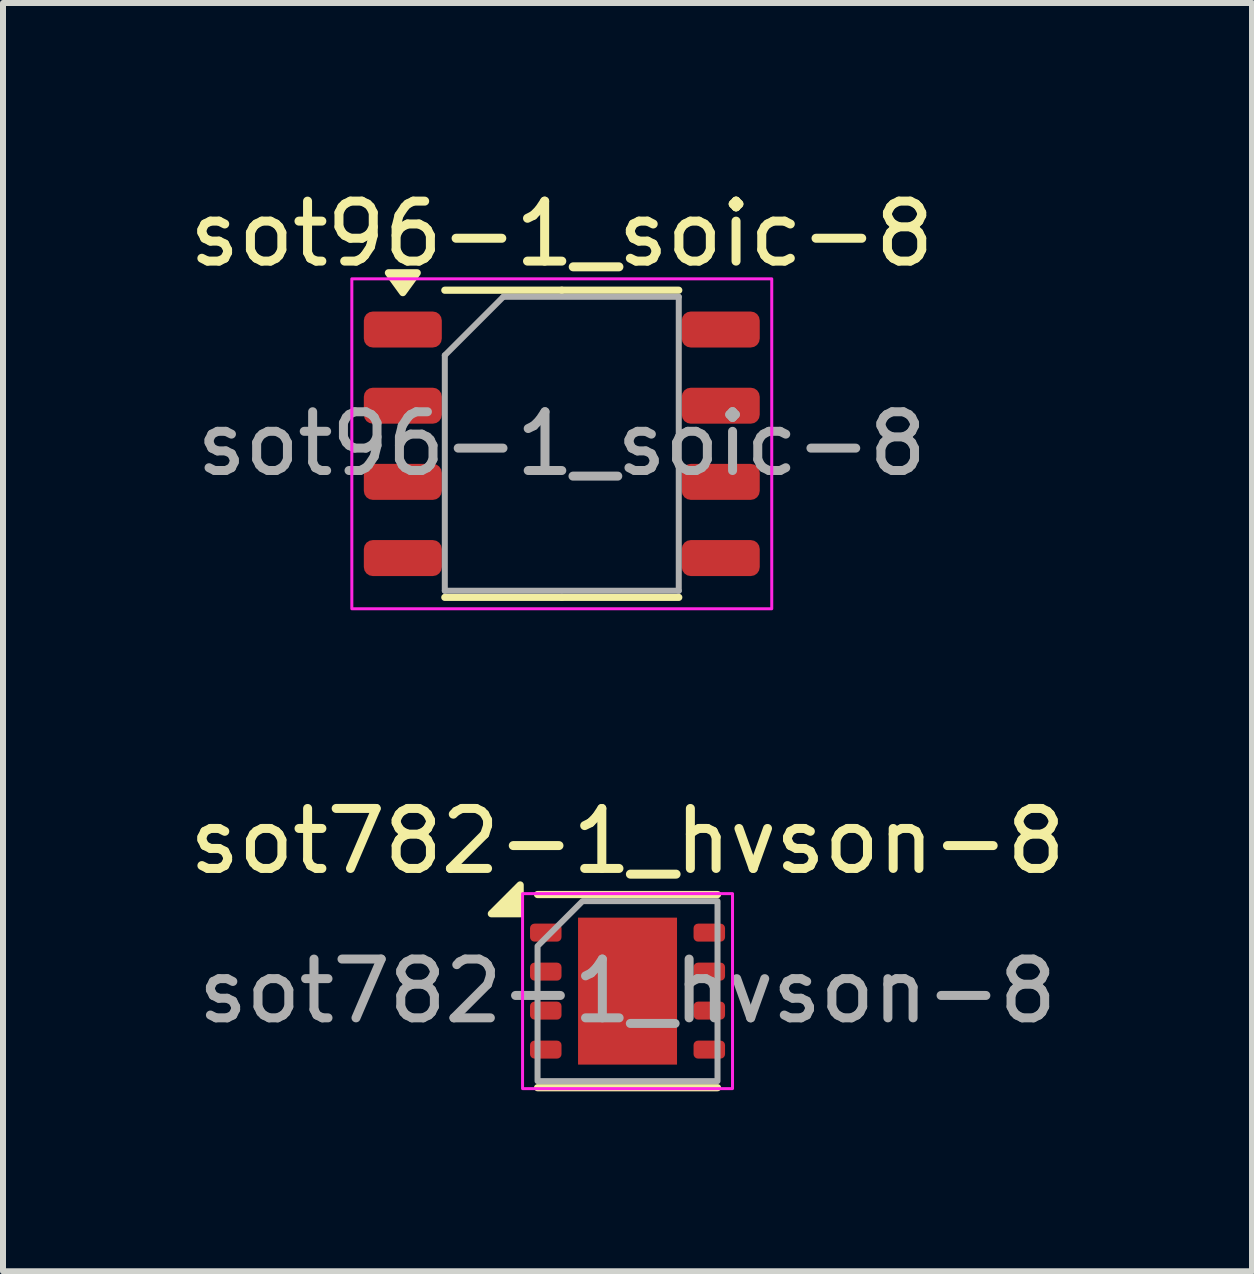
<source format=kicad_pcb>
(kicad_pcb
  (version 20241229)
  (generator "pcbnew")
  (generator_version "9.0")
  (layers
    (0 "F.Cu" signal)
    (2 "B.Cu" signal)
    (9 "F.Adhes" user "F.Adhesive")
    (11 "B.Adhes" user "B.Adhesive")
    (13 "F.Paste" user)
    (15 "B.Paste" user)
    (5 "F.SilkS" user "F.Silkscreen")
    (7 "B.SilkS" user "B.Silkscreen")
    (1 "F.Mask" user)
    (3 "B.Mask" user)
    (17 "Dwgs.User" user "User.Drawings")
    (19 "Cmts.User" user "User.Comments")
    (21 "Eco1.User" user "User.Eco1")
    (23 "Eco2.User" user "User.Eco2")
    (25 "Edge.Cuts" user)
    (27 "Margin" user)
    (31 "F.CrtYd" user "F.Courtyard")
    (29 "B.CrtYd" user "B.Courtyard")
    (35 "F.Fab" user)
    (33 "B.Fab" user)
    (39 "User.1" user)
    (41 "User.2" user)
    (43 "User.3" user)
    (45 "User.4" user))
  (footprint "sot96-1_soic-8"
    (layer "F.Cu")
    (at 6.315 4.348)
    (property "Reference" "sot96-1_soic-8" (at 0 -3.5 0) (layer "F.SilkS") (effects (font (size 1 1) (thickness 0.15))))
    (attr smd)
    (fp_line (start 0 -2.56) (end -1.95 -2.56) (stroke (width 0.12) (type solid)) (layer "F.SilkS"))
    (fp_line (start 0 -2.56) (end 1.95 -2.56) (stroke (width 0.12) (type solid)) (layer "F.SilkS"))
    (fp_line (start 0 2.56) (end -1.95 2.56) (stroke (width 0.12) (type solid)) (layer "F.SilkS"))
    (fp_line (start 0 2.56) (end 1.95 2.56) (stroke (width 0.12) (type solid)) (layer "F.SilkS"))
    (fp_poly (pts (xy -2.65 -2.52) (xy -2.89 -2.85) (xy -2.41 -2.85) (xy -2.65 -2.52)) (stroke (width 0.12) (type solid)) (fill yes) (layer "F.SilkS"))
    (fp_rect (start -3.5 -2.75) (end 3.5 2.75) (stroke (width 0.05) (type default)) (fill no) (layer "F.CrtYd"))
    (fp_line (start -1.95 -1.475) (end -0.975 -2.45) (stroke (width 0.1) (type solid)) (layer "F.Fab"))
    (fp_line (start -1.95 2.45) (end -1.95 -1.475) (stroke (width 0.1) (type solid)) (layer "F.Fab"))
    (fp_line (start -0.975 -2.45) (end 1.95 -2.45) (stroke (width 0.1) (type solid)) (layer "F.Fab"))
    (fp_line (start 1.95 -2.45) (end 1.95 2.45) (stroke (width 0.1) (type solid)) (layer "F.Fab"))
    (fp_line (start 1.95 2.45) (end -1.95 2.45) (stroke (width 0.1) (type solid)) (layer "F.Fab"))
    (fp_text user "${REFERENCE}" (at 0 0 0) (layer "F.Fab") (effects (font (size 0.98 0.98) (thickness 0.15))))
    (pad "1" smd roundrect (at -2.65 -1.905) (size 1.3 0.6) (layers "F.Cu" "F.Mask" "F.Paste") (roundrect_rratio 0.25))
    (pad "2" smd roundrect (at -2.65 -0.635) (size 1.3 0.6) (layers "F.Cu" "F.Mask" "F.Paste") (roundrect_rratio 0.25))
    (pad "3" smd roundrect (at -2.65 0.635) (size 1.3 0.6) (layers "F.Cu" "F.Mask" "F.Paste") (roundrect_rratio 0.25))
    (pad "4" smd roundrect (at -2.65 1.905) (size 1.3 0.6) (layers "F.Cu" "F.Mask" "F.Paste") (roundrect_rratio 0.25))
    (pad "5" smd roundrect (at 2.65 1.905) (size 1.3 0.6) (layers "F.Cu" "F.Mask" "F.Paste") (roundrect_rratio 0.25))
    (pad "6" smd roundrect (at 2.65 0.635) (size 1.3 0.6) (layers "F.Cu" "F.Mask" "F.Paste") (roundrect_rratio 0.25))
    (pad "7" smd roundrect (at 2.65 -0.635) (size 1.3 0.6) (layers "F.Cu" "F.Mask" "F.Paste") (roundrect_rratio 0.25))
    (pad "8" smd roundrect (at 2.65 -1.905) (size 1.3 0.6) (layers "F.Cu" "F.Mask" "F.Paste") (roundrect_rratio 0.25)))
  (footprint "sot782-1_hvson-8"
    (layer "F.Cu")
    (at 7.411 13.472)
    (property "Reference" "sot782-1_hvson-8" (at 0 -2.5 0) (layer "F.SilkS") (effects (font (size 1 1) (thickness 0.15))))
    (attr smd)
    (fp_line (start -1.5 -1.61) (end 1.5 -1.61) (stroke (width 0.12) (type solid)) (layer "F.SilkS"))
    (fp_line (start -1.5 1.61) (end 1.5 1.61) (stroke (width 0.12) (type solid)) (layer "F.SilkS"))
    (fp_poly (pts (xy -1.79 -1.29) (xy -2.27 -1.29) (xy -1.79 -1.77)) (stroke (width 0.12) (type solid)) (fill yes) (layer "F.SilkS"))
    (fp_rect (start -1.75 -1.625) (end 1.75 1.625) (stroke (width 0.05) (type solid)) (fill no) (layer "F.CrtYd"))
    (fp_poly (pts (xy -1.5 -0.75) (xy -1.5 1.5) (xy 1.5 1.5) (xy 1.5 -1.5) (xy -0.75 -1.5)) (stroke (width 0.1) (type solid)) (fill no) (layer "F.Fab"))
    (fp_text user "${REFERENCE}" (at 0 0 0) (layer "F.Fab") (effects (font (size 0.98 0.98) (thickness 0.15))))
    (pad "" smd roundrect (at 0 0) (size 0.65 1.1) (layers "F.Paste") (roundrect_rratio 0.25))
    (pad "1" smd roundrect (at -1.363 -0.975) (size 0.525 0.3) (layers "F.Cu" "F.Mask" "F.Paste") (roundrect_rratio 0.25))
    (pad "2" smd roundrect (at -1.363 -0.325) (size 0.525 0.3) (layers "F.Cu" "F.Mask" "F.Paste") (roundrect_rratio 0.25))
    (pad "3" smd roundrect (at -1.363 0.325) (size 0.525 0.3) (layers "F.Cu" "F.Mask" "F.Paste") (roundrect_rratio 0.25))
    (pad "4" smd roundrect (at -1.363 0.975) (size 0.525 0.3) (layers "F.Cu" "F.Mask" "F.Paste") (roundrect_rratio 0.25))
    (pad "5" smd roundrect (at 1.363 0.975) (size 0.525 0.3) (layers "F.Cu" "F.Mask" "F.Paste") (roundrect_rratio 0.25))
    (pad "6" smd roundrect (at 1.363 0.325) (size 0.525 0.3) (layers "F.Cu" "F.Mask" "F.Paste") (roundrect_rratio 0.25))
    (pad "7" smd roundrect (at 1.363 -0.325) (size 0.525 0.3) (layers "F.Cu" "F.Mask" "F.Paste") (roundrect_rratio 0.25))
    (pad "8" smd roundrect (at 1.363 -0.975) (size 0.525 0.3) (layers "F.Cu" "F.Mask" "F.Paste") (roundrect_rratio 0.25))
    (pad "9" smd rect (at 0 0) (size 1.65 2.45) (property pad_prop_heatsink) (layers "F.Cu" "F.Mask")))
  (gr_rect
    (start -3 -3)
    (end 17.821 18.142)
    (stroke (width 0.1) (type default))
    (fill no)
    (layer "Edge.Cuts")))
</source>
